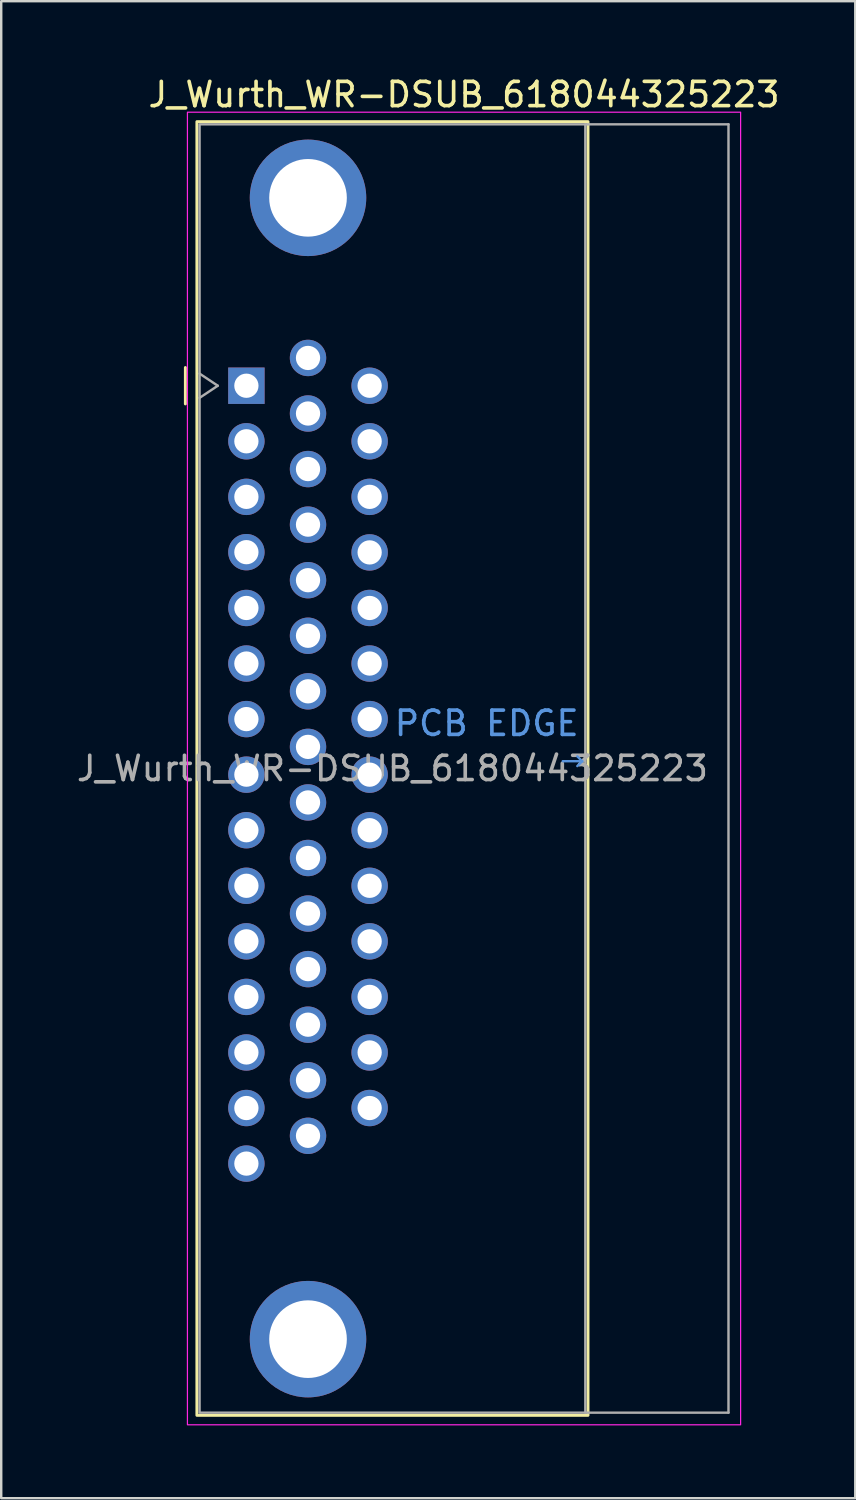
<source format=kicad_pcb>
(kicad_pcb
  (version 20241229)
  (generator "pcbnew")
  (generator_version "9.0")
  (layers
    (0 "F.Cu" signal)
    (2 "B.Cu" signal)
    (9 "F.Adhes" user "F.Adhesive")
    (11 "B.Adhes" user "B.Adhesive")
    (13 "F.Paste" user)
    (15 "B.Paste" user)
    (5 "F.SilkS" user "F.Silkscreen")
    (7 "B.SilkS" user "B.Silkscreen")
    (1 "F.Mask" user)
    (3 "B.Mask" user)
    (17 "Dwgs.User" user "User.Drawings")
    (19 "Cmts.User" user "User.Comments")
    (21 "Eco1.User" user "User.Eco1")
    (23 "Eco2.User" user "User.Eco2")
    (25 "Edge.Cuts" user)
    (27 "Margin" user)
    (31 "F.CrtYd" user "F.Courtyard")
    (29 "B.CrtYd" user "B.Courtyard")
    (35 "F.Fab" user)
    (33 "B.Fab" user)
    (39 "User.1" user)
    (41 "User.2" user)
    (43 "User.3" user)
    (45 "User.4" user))
  (footprint "J_Wurth_WR-DSUB_618044325223"
    (layer "F.Cu")
    (at 7.105 12.848)
    (property "Reference" "J_Wurth_WR-DSUB_618044325223" (at 8.97 -12 0) (unlocked yes) (layer "F.SilkS") (effects (font (size 1 1) (thickness 0.15))))
    (attr through_hole)
    (fp_line (start -2.515 -0.75) (end -2.515 0.75) (stroke (width 0.12) (type solid)) (layer "F.SilkS"))
    (fp_rect (start -2.04 -10.884) (end 14.08 42.436) (stroke (width 0.12) (type solid)) (fill no) (layer "F.SilkS"))
    (fp_line (start 13.04 15.476) (end 13.84 15.476) (stroke (width 0.1) (type solid)) (layer "Cmts.User"))
    (fp_line (start 13.84 15.476) (end 13.64 15.276) (stroke (width 0.1) (type solid)) (layer "Cmts.User"))
    (fp_line (start 13.84 15.476) (end 13.64 15.676) (stroke (width 0.1) (type solid)) (layer "Cmts.User"))
    (fp_rect (start -2.43 -11.274) (end 20.37 42.826) (stroke (width 0.05) (type solid)) (fill no) (layer "F.CrtYd"))
    (fp_line (start -1.18 0) (end -1.93 -0.5) (stroke (width 0.1) (type solid)) (layer "F.Fab"))
    (fp_line (start -1.18 0) (end -1.93 0.5) (stroke (width 0.1) (type solid)) (layer "F.Fab"))
    (fp_line (start 13.97 -10.774) (end 19.87 -10.774) (stroke (width 0.1) (type solid)) (layer "F.Fab"))
    (fp_line (start 19.87 -10.774) (end 19.87 42.326) (stroke (width 0.1) (type solid)) (layer "F.Fab"))
    (fp_line (start 19.87 42.326) (end 13.97 42.326) (stroke (width 0.1) (type solid)) (layer "F.Fab"))
    (fp_rect (start -1.93 -10.774) (end 13.97 42.326) (stroke (width 0.1) (type solid)) (fill no) (layer "F.Fab"))
    (fp_text user "PCB EDGE" (at 6.02 14.5 0) (unlocked yes) (layer "Cmts.User") (effects (font (size 1 1) (thickness 0.15)) (justify left bottom)))
    (fp_text user "${REFERENCE}" (at 6.02 15.776 0) (unlocked yes) (layer "F.Fab") (effects (font (size 1 1) (thickness 0.15))))
    (pad "1" thru_hole rect (at 0 0 90) (size 1.5 1.5) (drill 1) (layers "*.Cu" "*.Mask"))
    (pad "2" thru_hole circle (at 0 2.29 90) (size 1.5 1.5) (drill 1) (layers "*.Cu" "*.Mask"))
    (pad "3" thru_hole circle (at 0 4.58 90) (size 1.5 1.5) (drill 1) (layers "*.Cu" "*.Mask"))
    (pad "4" thru_hole circle (at 0 6.86 90) (size 1.5 1.5) (drill 1) (layers "*.Cu" "*.Mask"))
    (pad "5" thru_hole circle (at 0 9.16 90) (size 1.5 1.5) (drill 1) (layers "*.Cu" "*.Mask"))
    (pad "6" thru_hole circle (at 0 11.45 90) (size 1.5 1.5) (drill 1) (layers "*.Cu" "*.Mask"))
    (pad "7" thru_hole circle (at 0 13.74 90) (size 1.5 1.5) (drill 1) (layers "*.Cu" "*.Mask"))
    (pad "8" thru_hole circle (at 0 16.03 90) (size 1.5 1.5) (drill 1) (layers "*.Cu" "*.Mask"))
    (pad "9" thru_hole circle (at 0 18.32 90) (size 1.5 1.5) (drill 1) (layers "*.Cu" "*.Mask"))
    (pad "10" thru_hole circle (at 0 20.61 90) (size 1.5 1.5) (drill 1) (layers "*.Cu" "*.Mask"))
    (pad "11" thru_hole circle (at 0 22.9 90) (size 1.5 1.5) (drill 1) (layers "*.Cu" "*.Mask"))
    (pad "12" thru_hole circle (at 0 25.19 90) (size 1.5 1.5) (drill 1) (layers "*.Cu" "*.Mask"))
    (pad "13" thru_hole circle (at 0 27.48 90) (size 1.5 1.5) (drill 1) (layers "*.Cu" "*.Mask"))
    (pad "14" thru_hole circle (at 0 29.77 90) (size 1.5 1.5) (drill 1) (layers "*.Cu" "*.Mask"))
    (pad "15" thru_hole circle (at 0 32.06 90) (size 1.5 1.5) (drill 1) (layers "*.Cu" "*.Mask"))
    (pad "16" thru_hole circle (at 2.54 -1.145 90) (size 1.5 1.5) (drill 1) (layers "*.Cu" "*.Mask"))
    (pad "17" thru_hole circle (at 2.54 1.145 90) (size 1.5 1.5) (drill 1) (layers "*.Cu" "*.Mask"))
    (pad "18" thru_hole circle (at 2.54 3.435 90) (size 1.5 1.5) (drill 1) (layers "*.Cu" "*.Mask"))
    (pad "19" thru_hole circle (at 2.54 5.725 90) (size 1.5 1.5) (drill 1) (layers "*.Cu" "*.Mask"))
    (pad "20" thru_hole circle (at 2.54 8.015 90) (size 1.5 1.5) (drill 1) (layers "*.Cu" "*.Mask"))
    (pad "21" thru_hole circle (at 2.54 10.305 90) (size 1.5 1.5) (drill 1) (layers "*.Cu" "*.Mask"))
    (pad "22" thru_hole circle (at 2.54 12.595 90) (size 1.5 1.5) (drill 1) (layers "*.Cu" "*.Mask"))
    (pad "23" thru_hole circle (at 2.54 14.885 90) (size 1.5 1.5) (drill 1) (layers "*.Cu" "*.Mask"))
    (pad "24" thru_hole circle (at 2.54 17.175 90) (size 1.5 1.5) (drill 1) (layers "*.Cu" "*.Mask"))
    (pad "25" thru_hole circle (at 2.54 19.465 90) (size 1.5 1.5) (drill 1) (layers "*.Cu" "*.Mask"))
    (pad "26" thru_hole circle (at 2.54 21.755 90) (size 1.5 1.5) (drill 1) (layers "*.Cu" "*.Mask"))
    (pad "27" thru_hole circle (at 2.54 24.045 90) (size 1.5 1.5) (drill 1) (layers "*.Cu" "*.Mask"))
    (pad "28" thru_hole circle (at 2.54 26.335 90) (size 1.5 1.5) (drill 1) (layers "*.Cu" "*.Mask"))
    (pad "29" thru_hole circle (at 2.54 28.625 90) (size 1.5 1.5) (drill 1) (layers "*.Cu" "*.Mask"))
    (pad "30" thru_hole circle (at 2.54 30.915 90) (size 1.5 1.5) (drill 1) (layers "*.Cu" "*.Mask"))
    (pad "31" thru_hole circle (at 5.08 0 90) (size 1.5 1.5) (drill 1) (layers "*.Cu" "*.Mask"))
    (pad "32" thru_hole circle (at 5.08 2.29 90) (size 1.5 1.5) (drill 1) (layers "*.Cu" "*.Mask"))
    (pad "33" thru_hole circle (at 5.08 4.58 90) (size 1.5 1.5) (drill 1) (layers "*.Cu" "*.Mask"))
    (pad "34" thru_hole circle (at 5.08 6.87 90) (size 1.5 1.5) (drill 1) (layers "*.Cu" "*.Mask"))
    (pad "35" thru_hole circle (at 5.08 9.16 90) (size 1.5 1.5) (drill 1) (layers "*.Cu" "*.Mask"))
    (pad "36" thru_hole circle (at 5.08 11.45 90) (size 1.5 1.5) (drill 1) (layers "*.Cu" "*.Mask"))
    (pad "37" thru_hole circle (at 5.08 13.74 90) (size 1.5 1.5) (drill 1) (layers "*.Cu" "*.Mask"))
    (pad "38" thru_hole circle (at 5.08 16.03 90) (size 1.5 1.5) (drill 1) (layers "*.Cu" "*.Mask"))
    (pad "39" thru_hole circle (at 5.08 18.32 90) (size 1.5 1.5) (drill 1) (layers "*.Cu" "*.Mask"))
    (pad "40" thru_hole circle (at 5.08 20.61 90) (size 1.5 1.5) (drill 1) (layers "*.Cu" "*.Mask"))
    (pad "41" thru_hole circle (at 5.08 22.9 90) (size 1.5 1.5) (drill 1) (layers "*.Cu" "*.Mask"))
    (pad "42" thru_hole circle (at 5.08 25.19 90) (size 1.5 1.5) (drill 1) (layers "*.Cu" "*.Mask"))
    (pad "43" thru_hole circle (at 5.08 27.48 90) (size 1.5 1.5) (drill 1) (layers "*.Cu" "*.Mask"))
    (pad "44" thru_hole circle (at 5.08 29.77 90) (size 1.5 1.5) (drill 1) (layers "*.Cu" "*.Mask"))
    (pad "S1" thru_hole circle (at 2.54 39.296 90) (size 4.8 4.8) (drill 3.2) (layers "*.Cu" "*.Mask"))
    (pad "S2" thru_hole circle (at 2.54 -7.744 90) (size 4.8 4.8) (drill 3.2) (layers "*.Cu" "*.Mask")))
  (gr_rect
    (start -3 -3)
    (end 32.2 58.699)
    (stroke (width 0.1) (type default))
    (fill no)
    (layer "Edge.Cuts")))
</source>
